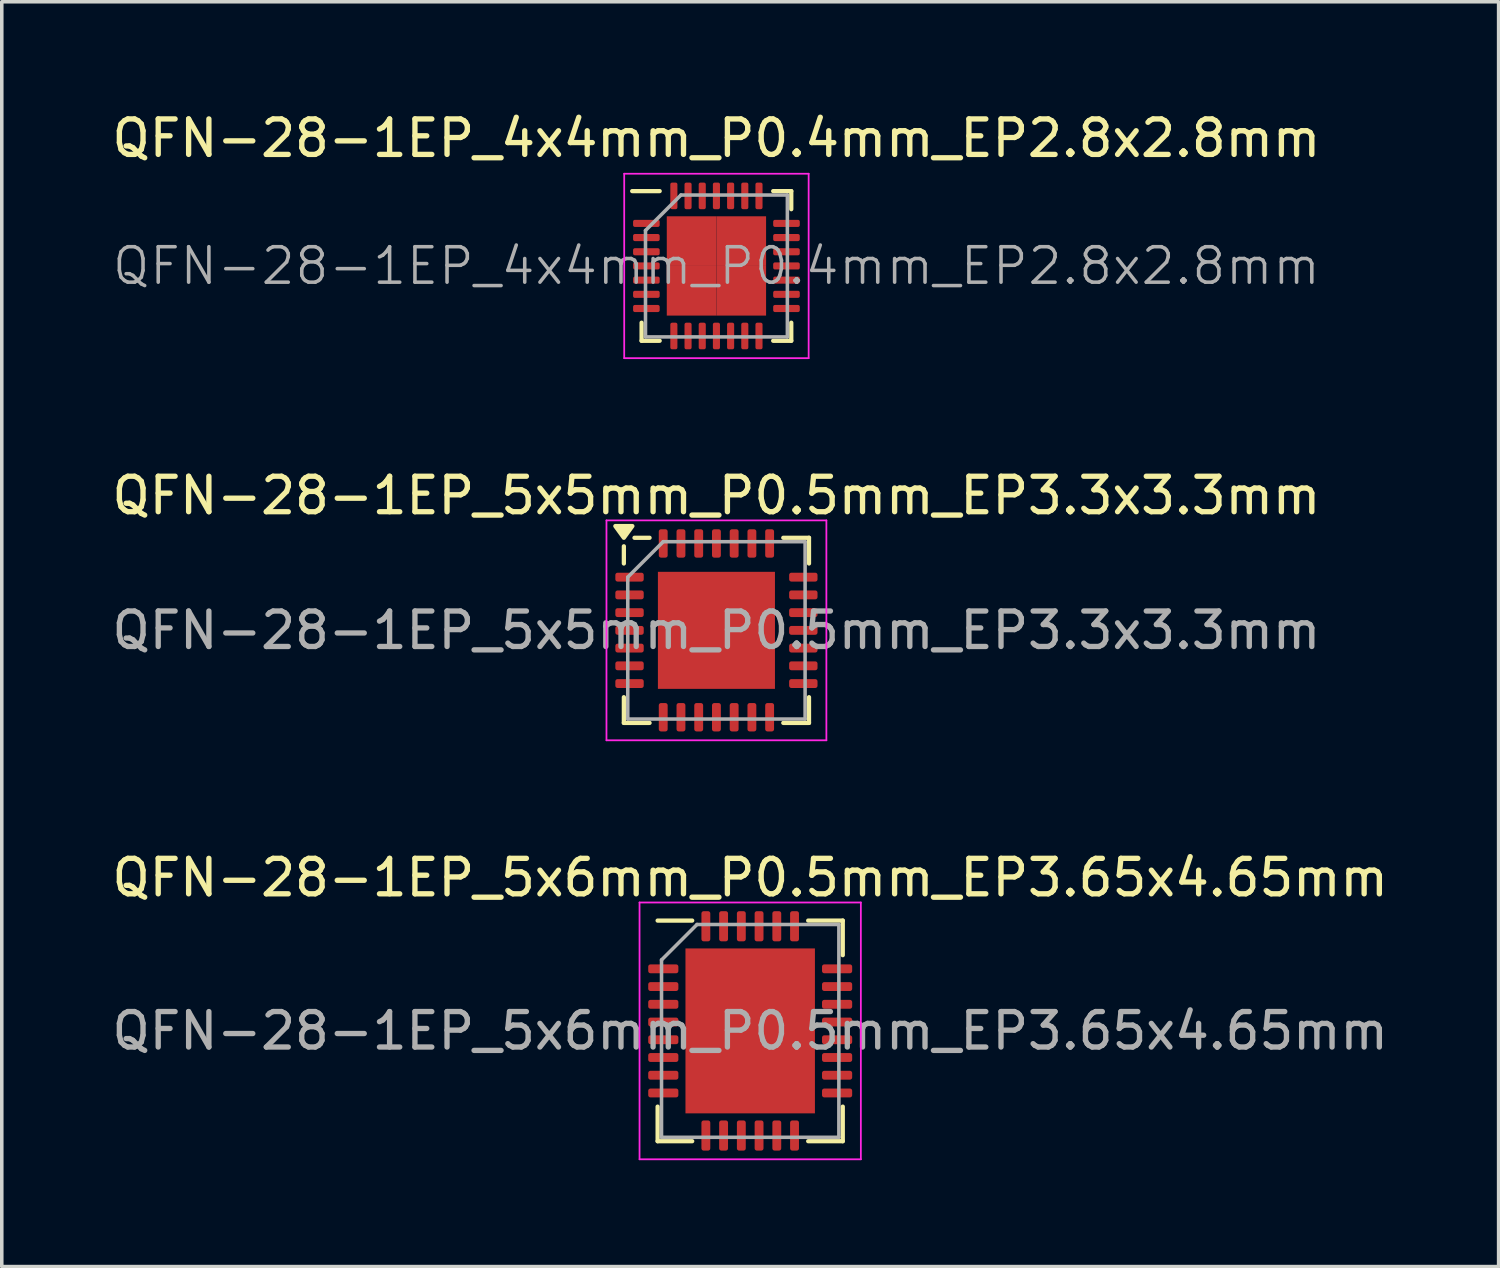
<source format=kicad_pcb>
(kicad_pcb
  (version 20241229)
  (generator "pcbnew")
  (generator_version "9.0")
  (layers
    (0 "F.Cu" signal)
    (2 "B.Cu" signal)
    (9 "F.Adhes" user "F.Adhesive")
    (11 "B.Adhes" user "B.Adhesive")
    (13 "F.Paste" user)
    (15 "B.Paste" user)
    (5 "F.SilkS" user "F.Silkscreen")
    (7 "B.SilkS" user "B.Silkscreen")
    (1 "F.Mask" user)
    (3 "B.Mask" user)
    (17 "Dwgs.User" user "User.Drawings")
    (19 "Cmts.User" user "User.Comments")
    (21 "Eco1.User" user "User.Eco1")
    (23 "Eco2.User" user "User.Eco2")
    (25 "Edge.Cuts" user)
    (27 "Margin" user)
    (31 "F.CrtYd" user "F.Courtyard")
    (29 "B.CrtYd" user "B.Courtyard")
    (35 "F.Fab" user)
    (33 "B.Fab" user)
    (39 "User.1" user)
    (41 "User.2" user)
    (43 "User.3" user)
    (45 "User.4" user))
  (footprint "QFN-28-1EP_5x5mm_P0.5mm_EP3.3x3.3mm"
    (layer "F.Cu")
    (at 17.149 14.722)
    (property "Reference" "QFN-28-1EP_5x5mm_P0.5mm_EP3.3x3.3mm" (at 0 -3.8 0) (layer "F.SilkS") (effects (font (size 1 1) (thickness 0.15))))
    (attr smd)
    (fp_line (start -2.61 -1.885) (end -2.61 -2.37) (stroke (width 0.12) (type solid)) (layer "F.SilkS"))
    (fp_line (start -2.61 2.61) (end -2.61 1.885) (stroke (width 0.12) (type solid)) (layer "F.SilkS"))
    (fp_line (start -1.885 -2.61) (end -2.31 -2.61) (stroke (width 0.12) (type solid)) (layer "F.SilkS"))
    (fp_line (start -1.885 2.61) (end -2.61 2.61) (stroke (width 0.12) (type solid)) (layer "F.SilkS"))
    (fp_line (start 1.885 -2.61) (end 2.61 -2.61) (stroke (width 0.12) (type solid)) (layer "F.SilkS"))
    (fp_line (start 1.885 2.61) (end 2.61 2.61) (stroke (width 0.12) (type solid)) (layer "F.SilkS"))
    (fp_line (start 2.61 -2.61) (end 2.61 -1.885) (stroke (width 0.12) (type solid)) (layer "F.SilkS"))
    (fp_line (start 2.61 2.61) (end 2.61 1.885) (stroke (width 0.12) (type solid)) (layer "F.SilkS"))
    (fp_poly (pts (xy -2.61 -2.61) (xy -2.85 -2.94) (xy -2.37 -2.94) (xy -2.61 -2.61)) (stroke (width 0.12) (type solid)) (fill yes) (layer "F.SilkS"))
    (fp_line (start -3.1 -3.1) (end -3.1 3.1) (stroke (width 0.05) (type solid)) (layer "F.CrtYd"))
    (fp_line (start -3.1 3.1) (end 3.1 3.1) (stroke (width 0.05) (type solid)) (layer "F.CrtYd"))
    (fp_line (start 3.1 -3.1) (end -3.1 -3.1) (stroke (width 0.05) (type solid)) (layer "F.CrtYd"))
    (fp_line (start 3.1 3.1) (end 3.1 -3.1) (stroke (width 0.05) (type solid)) (layer "F.CrtYd"))
    (fp_line (start -2.5 -1.5) (end -1.5 -2.5) (stroke (width 0.1) (type solid)) (layer "F.Fab"))
    (fp_line (start -2.5 2.5) (end -2.5 -1.5) (stroke (width 0.1) (type solid)) (layer "F.Fab"))
    (fp_line (start -1.5 -2.5) (end 2.5 -2.5) (stroke (width 0.1) (type solid)) (layer "F.Fab"))
    (fp_line (start 2.5 -2.5) (end 2.5 2.5) (stroke (width 0.1) (type solid)) (layer "F.Fab"))
    (fp_line (start 2.5 2.5) (end -2.5 2.5) (stroke (width 0.1) (type solid)) (layer "F.Fab"))
    (fp_text user "${REFERENCE}" (at 0 0 0) (layer "F.Fab") (effects (font (size 1 1) (thickness 0.15))))
    (pad "" smd roundrect (at -0.825 -0.825) (size 1.33 1.33) (layers "F.Paste") (roundrect_rratio 0.188))
    (pad "" smd roundrect (at -0.825 0.825) (size 1.33 1.33) (layers "F.Paste") (roundrect_rratio 0.188))
    (pad "" smd roundrect (at 0.825 -0.825) (size 1.33 1.33) (layers "F.Paste") (roundrect_rratio 0.188))
    (pad "" smd roundrect (at 0.825 0.825) (size 1.33 1.33) (layers "F.Paste") (roundrect_rratio 0.188))
    (pad "1" smd roundrect (at -2.45 -1.5) (size 0.8 0.25) (layers "F.Cu" "F.Mask" "F.Paste") (roundrect_rratio 0.25))
    (pad "2" smd roundrect (at -2.45 -1) (size 0.8 0.25) (layers "F.Cu" "F.Mask" "F.Paste") (roundrect_rratio 0.25))
    (pad "3" smd roundrect (at -2.45 -0.5) (size 0.8 0.25) (layers "F.Cu" "F.Mask" "F.Paste") (roundrect_rratio 0.25))
    (pad "4" smd roundrect (at -2.45 0) (size 0.8 0.25) (layers "F.Cu" "F.Mask" "F.Paste") (roundrect_rratio 0.25))
    (pad "5" smd roundrect (at -2.45 0.5) (size 0.8 0.25) (layers "F.Cu" "F.Mask" "F.Paste") (roundrect_rratio 0.25))
    (pad "6" smd roundrect (at -2.45 1) (size 0.8 0.25) (layers "F.Cu" "F.Mask" "F.Paste") (roundrect_rratio 0.25))
    (pad "7" smd roundrect (at -2.45 1.5) (size 0.8 0.25) (layers "F.Cu" "F.Mask" "F.Paste") (roundrect_rratio 0.25))
    (pad "8" smd roundrect (at -1.5 2.45) (size 0.25 0.8) (layers "F.Cu" "F.Mask" "F.Paste") (roundrect_rratio 0.25))
    (pad "9" smd roundrect (at -1 2.45) (size 0.25 0.8) (layers "F.Cu" "F.Mask" "F.Paste") (roundrect_rratio 0.25))
    (pad "10" smd roundrect (at -0.5 2.45) (size 0.25 0.8) (layers "F.Cu" "F.Mask" "F.Paste") (roundrect_rratio 0.25))
    (pad "11" smd roundrect (at 0 2.45) (size 0.25 0.8) (layers "F.Cu" "F.Mask" "F.Paste") (roundrect_rratio 0.25))
    (pad "12" smd roundrect (at 0.5 2.45) (size 0.25 0.8) (layers "F.Cu" "F.Mask" "F.Paste") (roundrect_rratio 0.25))
    (pad "13" smd roundrect (at 1 2.45) (size 0.25 0.8) (layers "F.Cu" "F.Mask" "F.Paste") (roundrect_rratio 0.25))
    (pad "14" smd roundrect (at 1.5 2.45) (size 0.25 0.8) (layers "F.Cu" "F.Mask" "F.Paste") (roundrect_rratio 0.25))
    (pad "15" smd roundrect (at 2.45 1.5) (size 0.8 0.25) (layers "F.Cu" "F.Mask" "F.Paste") (roundrect_rratio 0.25))
    (pad "16" smd roundrect (at 2.45 1) (size 0.8 0.25) (layers "F.Cu" "F.Mask" "F.Paste") (roundrect_rratio 0.25))
    (pad "17" smd roundrect (at 2.45 0.5) (size 0.8 0.25) (layers "F.Cu" "F.Mask" "F.Paste") (roundrect_rratio 0.25))
    (pad "18" smd roundrect (at 2.45 0) (size 0.8 0.25) (layers "F.Cu" "F.Mask" "F.Paste") (roundrect_rratio 0.25))
    (pad "19" smd roundrect (at 2.45 -0.5) (size 0.8 0.25) (layers "F.Cu" "F.Mask" "F.Paste") (roundrect_rratio 0.25))
    (pad "20" smd roundrect (at 2.45 -1) (size 0.8 0.25) (layers "F.Cu" "F.Mask" "F.Paste") (roundrect_rratio 0.25))
    (pad "21" smd roundrect (at 2.45 -1.5) (size 0.8 0.25) (layers "F.Cu" "F.Mask" "F.Paste") (roundrect_rratio 0.25))
    (pad "22" smd roundrect (at 1.5 -2.45) (size 0.25 0.8) (layers "F.Cu" "F.Mask" "F.Paste") (roundrect_rratio 0.25))
    (pad "23" smd roundrect (at 1 -2.45) (size 0.25 0.8) (layers "F.Cu" "F.Mask" "F.Paste") (roundrect_rratio 0.25))
    (pad "24" smd roundrect (at 0.5 -2.45) (size 0.25 0.8) (layers "F.Cu" "F.Mask" "F.Paste") (roundrect_rratio 0.25))
    (pad "25" smd roundrect (at 0 -2.45) (size 0.25 0.8) (layers "F.Cu" "F.Mask" "F.Paste") (roundrect_rratio 0.25))
    (pad "26" smd roundrect (at -0.5 -2.45) (size 0.25 0.8) (layers "F.Cu" "F.Mask" "F.Paste") (roundrect_rratio 0.25))
    (pad "27" smd roundrect (at -1 -2.45) (size 0.25 0.8) (layers "F.Cu" "F.Mask" "F.Paste") (roundrect_rratio 0.25))
    (pad "28" smd roundrect (at -1.5 -2.45) (size 0.25 0.8) (layers "F.Cu" "F.Mask" "F.Paste") (roundrect_rratio 0.25))
    (pad "29" smd rect (at 0 0) (size 3.3 3.3) (property pad_prop_heatsink) (layers "F.Cu" "F.Mask")))
  (footprint "QFN-28-1EP_4x4mm_P0.4mm_EP2.8x2.8mm"
    (layer "F.Cu")
    (at 17.149 4.448)
    (property "Reference" "QFN-28-1EP_4x4mm_P0.4mm_EP2.8x2.8mm" (at 0 -3.6 0) (layer "F.SilkS") (effects (font (size 1 1) (thickness 0.15))))
    (attr smd)
    (fp_line (start -2.11 2.11) (end -2.11 1.6) (stroke (width 0.12) (type default)) (layer "F.SilkS"))
    (fp_line (start -1.6 -2.11) (end -2.375 -2.11) (stroke (width 0.12) (type default)) (layer "F.SilkS"))
    (fp_line (start -1.6 2.11) (end -2.11 2.11) (stroke (width 0.12) (type default)) (layer "F.SilkS"))
    (fp_line (start 1.6 -2.11) (end 2.11 -2.11) (stroke (width 0.12) (type default)) (layer "F.SilkS"))
    (fp_line (start 1.6 2.11) (end 2.11 2.11) (stroke (width 0.12) (type default)) (layer "F.SilkS"))
    (fp_line (start 2.11 -2.11) (end 2.11 -1.6) (stroke (width 0.12) (type default)) (layer "F.SilkS"))
    (fp_line (start 2.11 2.11) (end 2.11 1.6) (stroke (width 0.12) (type default)) (layer "F.SilkS"))
    (fp_line (start -2.6 -2.6) (end 2.6 -2.6) (stroke (width 0.05) (type default)) (layer "F.CrtYd"))
    (fp_line (start -2.6 2.6) (end -2.6 -2.6) (stroke (width 0.05) (type default)) (layer "F.CrtYd"))
    (fp_line (start 2.6 -2.6) (end 2.6 2.6) (stroke (width 0.05) (type default)) (layer "F.CrtYd"))
    (fp_line (start 2.6 2.6) (end -2.6 2.6) (stroke (width 0.05) (type default)) (layer "F.CrtYd"))
    (fp_line (start -2 -1) (end -2 2) (stroke (width 0.1) (type default)) (layer "F.Fab"))
    (fp_line (start -2 2) (end 2 2) (stroke (width 0.1) (type default)) (layer "F.Fab"))
    (fp_line (start -1 -2) (end -2 -1) (stroke (width 0.1) (type default)) (layer "F.Fab"))
    (fp_line (start 2 -2) (end -1 -2) (stroke (width 0.1) (type default)) (layer "F.Fab"))
    (fp_line (start 2 2) (end 2 -2) (stroke (width 0.1) (type default)) (layer "F.Fab"))
    (fp_text user "${REFERENCE}" (at 0 0 0) (layer "F.Fab") (effects (font (size 1 1) (thickness 0.1))))
    (pad "1" smd roundrect (at -1.975 -1.2 90) (size 0.2 0.75) (layers "F.Cu" "F.Mask" "F.Paste") (roundrect_rratio 0.25))
    (pad "2" smd roundrect (at -1.975 -0.8 90) (size 0.2 0.75) (layers "F.Cu" "F.Mask" "F.Paste") (roundrect_rratio 0.25))
    (pad "3" smd roundrect (at -1.975 -0.4 90) (size 0.2 0.75) (layers "F.Cu" "F.Mask" "F.Paste") (roundrect_rratio 0.25))
    (pad "4" smd roundrect (at -1.975 0 90) (size 0.2 0.75) (layers "F.Cu" "F.Mask" "F.Paste") (roundrect_rratio 0.25))
    (pad "5" smd roundrect (at -1.975 0.4 90) (size 0.2 0.75) (layers "F.Cu" "F.Mask" "F.Paste") (roundrect_rratio 0.25))
    (pad "6" smd roundrect (at -1.975 0.8 90) (size 0.2 0.75) (layers "F.Cu" "F.Mask" "F.Paste") (roundrect_rratio 0.25))
    (pad "7" smd roundrect (at -1.975 1.2 90) (size 0.2 0.75) (layers "F.Cu" "F.Mask" "F.Paste") (roundrect_rratio 0.25))
    (pad "8" smd roundrect (at -1.2 1.975) (size 0.2 0.75) (layers "F.Cu" "F.Mask" "F.Paste") (roundrect_rratio 0.25))
    (pad "9" smd roundrect (at -0.8 1.975) (size 0.2 0.75) (layers "F.Cu" "F.Mask" "F.Paste") (roundrect_rratio 0.25))
    (pad "10" smd roundrect (at -0.4 1.975) (size 0.2 0.75) (layers "F.Cu" "F.Mask" "F.Paste") (roundrect_rratio 0.25))
    (pad "11" smd roundrect (at 0 1.975) (size 0.2 0.75) (layers "F.Cu" "F.Mask" "F.Paste") (roundrect_rratio 0.25))
    (pad "12" smd roundrect (at 0.4 1.975) (size 0.2 0.75) (layers "F.Cu" "F.Mask" "F.Paste") (roundrect_rratio 0.25))
    (pad "13" smd roundrect (at 0.8 1.975) (size 0.2 0.75) (layers "F.Cu" "F.Mask" "F.Paste") (roundrect_rratio 0.25))
    (pad "14" smd roundrect (at 1.2 1.975) (size 0.2 0.75) (layers "F.Cu" "F.Mask" "F.Paste") (roundrect_rratio 0.25))
    (pad "15" smd roundrect (at 1.975 1.2 90) (size 0.2 0.75) (layers "F.Cu" "F.Mask" "F.Paste") (roundrect_rratio 0.25))
    (pad "16" smd roundrect (at 1.975 0.8 90) (size 0.2 0.75) (layers "F.Cu" "F.Mask" "F.Paste") (roundrect_rratio 0.25))
    (pad "17" smd roundrect (at 1.975 0.4 90) (size 0.2 0.75) (layers "F.Cu" "F.Mask" "F.Paste") (roundrect_rratio 0.25))
    (pad "18" smd roundrect (at 1.975 0 90) (size 0.2 0.75) (layers "F.Cu" "F.Mask" "F.Paste") (roundrect_rratio 0.25))
    (pad "19" smd roundrect (at 1.975 -0.4 90) (size 0.2 0.75) (layers "F.Cu" "F.Mask" "F.Paste") (roundrect_rratio 0.25))
    (pad "20" smd roundrect (at 1.975 -0.8 90) (size 0.2 0.75) (layers "F.Cu" "F.Mask" "F.Paste") (roundrect_rratio 0.25))
    (pad "21" smd roundrect (at 1.975 -1.2 90) (size 0.2 0.75) (layers "F.Cu" "F.Mask" "F.Paste") (roundrect_rratio 0.25))
    (pad "22" smd roundrect (at 1.2 -1.975) (size 0.2 0.75) (layers "F.Cu" "F.Mask" "F.Paste") (roundrect_rratio 0.25))
    (pad "23" smd roundrect (at 0.8 -1.975) (size 0.2 0.75) (layers "F.Cu" "F.Mask" "F.Paste") (roundrect_rratio 0.25))
    (pad "24" smd roundrect (at 0.4 -1.975) (size 0.2 0.75) (layers "F.Cu" "F.Mask" "F.Paste") (roundrect_rratio 0.25))
    (pad "25" smd roundrect (at 0 -1.975) (size 0.2 0.75) (layers "F.Cu" "F.Mask" "F.Paste") (roundrect_rratio 0.25))
    (pad "26" smd roundrect (at -0.4 -1.975) (size 0.2 0.75) (layers "F.Cu" "F.Mask" "F.Paste") (roundrect_rratio 0.25))
    (pad "27" smd roundrect (at -0.8 -1.975) (size 0.2 0.75) (layers "F.Cu" "F.Mask" "F.Paste") (roundrect_rratio 0.25))
    (pad "28" smd roundrect (at -1.2 -1.975) (size 0.2 0.75) (layers "F.Cu" "F.Mask" "F.Paste") (roundrect_rratio 0.25))
    (pad "29" smd rect (at -0.7 -0.7) (size 1.4 1.4) (layers "F.Cu" "F.Mask" "F.Paste"))
    (pad "29" smd rect (at -0.7 0.7) (size 1.4 1.4) (layers "F.Cu" "F.Mask" "F.Paste"))
    (pad "29" smd rect (at 0.7 -0.7) (size 1.4 1.4) (layers "F.Cu" "F.Mask" "F.Paste"))
    (pad "29" smd rect (at 0.7 0.7) (size 1.4 1.4) (layers "F.Cu" "F.Mask" "F.Paste")))
  (footprint "QFN-28-1EP_5x6mm_P0.5mm_EP3.65x4.65mm"
    (layer "F.Cu")
    (at 18.101 26.015)
    (property "Reference" "QFN-28-1EP_5x6mm_P0.5mm_EP3.65x4.65mm" (at 0 -4.32 0) (layer "F.SilkS") (effects (font (size 1 1) (thickness 0.15))))
    (attr smd)
    (fp_line (start -2.61 3.11) (end -2.61 2.135) (stroke (width 0.12) (type solid)) (layer "F.SilkS"))
    (fp_line (start -1.635 -3.11) (end -2.61 -3.11) (stroke (width 0.12) (type solid)) (layer "F.SilkS"))
    (fp_line (start -1.635 3.11) (end -2.61 3.11) (stroke (width 0.12) (type solid)) (layer "F.SilkS"))
    (fp_line (start 1.635 -3.11) (end 2.61 -3.11) (stroke (width 0.12) (type solid)) (layer "F.SilkS"))
    (fp_line (start 1.635 3.11) (end 2.61 3.11) (stroke (width 0.12) (type solid)) (layer "F.SilkS"))
    (fp_line (start 2.61 -3.11) (end 2.61 -2.135) (stroke (width 0.12) (type solid)) (layer "F.SilkS"))
    (fp_line (start 2.61 3.11) (end 2.61 2.135) (stroke (width 0.12) (type solid)) (layer "F.SilkS"))
    (fp_line (start -3.12 -3.62) (end -3.12 3.62) (stroke (width 0.05) (type solid)) (layer "F.CrtYd"))
    (fp_line (start -3.12 3.62) (end 3.12 3.62) (stroke (width 0.05) (type solid)) (layer "F.CrtYd"))
    (fp_line (start 3.12 -3.62) (end -3.12 -3.62) (stroke (width 0.05) (type solid)) (layer "F.CrtYd"))
    (fp_line (start 3.12 3.62) (end 3.12 -3.62) (stroke (width 0.05) (type solid)) (layer "F.CrtYd"))
    (fp_line (start -2.5 -2) (end -1.5 -3) (stroke (width 0.1) (type solid)) (layer "F.Fab"))
    (fp_line (start -2.5 3) (end -2.5 -2) (stroke (width 0.1) (type solid)) (layer "F.Fab"))
    (fp_line (start -1.5 -3) (end 2.5 -3) (stroke (width 0.1) (type solid)) (layer "F.Fab"))
    (fp_line (start 2.5 -3) (end 2.5 3) (stroke (width 0.1) (type solid)) (layer "F.Fab"))
    (fp_line (start 2.5 3) (end -2.5 3) (stroke (width 0.1) (type solid)) (layer "F.Fab"))
    (fp_text user "${REFERENCE}" (at 0 0 0) (layer "F.Fab") (effects (font (size 1 1) (thickness 0.15))))
    (pad "" smd roundrect (at -1.22 -1.74) (size 0.98 0.94) (layers "F.Paste") (roundrect_rratio 0.25))
    (pad "" smd roundrect (at -1.22 -0.58) (size 0.98 0.94) (layers "F.Paste") (roundrect_rratio 0.25))
    (pad "" smd roundrect (at -1.22 0.58) (size 0.98 0.94) (layers "F.Paste") (roundrect_rratio 0.25))
    (pad "" smd roundrect (at -1.22 1.74) (size 0.98 0.94) (layers "F.Paste") (roundrect_rratio 0.25))
    (pad "" smd roundrect (at 0 -1.74) (size 0.98 0.94) (layers "F.Paste") (roundrect_rratio 0.25))
    (pad "" smd roundrect (at 0 -0.58) (size 0.98 0.94) (layers "F.Paste") (roundrect_rratio 0.25))
    (pad "" smd roundrect (at 0 0.58) (size 0.98 0.94) (layers "F.Paste") (roundrect_rratio 0.25))
    (pad "" smd roundrect (at 0 1.74) (size 0.98 0.94) (layers "F.Paste") (roundrect_rratio 0.25))
    (pad "" smd roundrect (at 1.22 -1.74) (size 0.98 0.94) (layers "F.Paste") (roundrect_rratio 0.25))
    (pad "" smd roundrect (at 1.22 -0.58) (size 0.98 0.94) (layers "F.Paste") (roundrect_rratio 0.25))
    (pad "" smd roundrect (at 1.22 0.58) (size 0.98 0.94) (layers "F.Paste") (roundrect_rratio 0.25))
    (pad "" smd roundrect (at 1.22 1.74) (size 0.98 0.94) (layers "F.Paste") (roundrect_rratio 0.25))
    (pad "1" smd roundrect (at -2.45 -1.75) (size 0.85 0.25) (layers "F.Cu" "F.Mask" "F.Paste") (roundrect_rratio 0.25))
    (pad "2" smd roundrect (at -2.45 -1.25) (size 0.85 0.25) (layers "F.Cu" "F.Mask" "F.Paste") (roundrect_rratio 0.25))
    (pad "3" smd roundrect (at -2.45 -0.75) (size 0.85 0.25) (layers "F.Cu" "F.Mask" "F.Paste") (roundrect_rratio 0.25))
    (pad "4" smd roundrect (at -2.45 -0.25) (size 0.85 0.25) (layers "F.Cu" "F.Mask" "F.Paste") (roundrect_rratio 0.25))
    (pad "5" smd roundrect (at -2.45 0.25) (size 0.85 0.25) (layers "F.Cu" "F.Mask" "F.Paste") (roundrect_rratio 0.25))
    (pad "6" smd roundrect (at -2.45 0.75) (size 0.85 0.25) (layers "F.Cu" "F.Mask" "F.Paste") (roundrect_rratio 0.25))
    (pad "7" smd roundrect (at -2.45 1.25) (size 0.85 0.25) (layers "F.Cu" "F.Mask" "F.Paste") (roundrect_rratio 0.25))
    (pad "8" smd roundrect (at -2.45 1.75) (size 0.85 0.25) (layers "F.Cu" "F.Mask" "F.Paste") (roundrect_rratio 0.25))
    (pad "9" smd roundrect (at -1.25 2.95) (size 0.25 0.85) (layers "F.Cu" "F.Mask" "F.Paste") (roundrect_rratio 0.25))
    (pad "10" smd roundrect (at -0.75 2.95) (size 0.25 0.85) (layers "F.Cu" "F.Mask" "F.Paste") (roundrect_rratio 0.25))
    (pad "11" smd roundrect (at -0.25 2.95) (size 0.25 0.85) (layers "F.Cu" "F.Mask" "F.Paste") (roundrect_rratio 0.25))
    (pad "12" smd roundrect (at 0.25 2.95) (size 0.25 0.85) (layers "F.Cu" "F.Mask" "F.Paste") (roundrect_rratio 0.25))
    (pad "13" smd roundrect (at 0.75 2.95) (size 0.25 0.85) (layers "F.Cu" "F.Mask" "F.Paste") (roundrect_rratio 0.25))
    (pad "14" smd roundrect (at 1.25 2.95) (size 0.25 0.85) (layers "F.Cu" "F.Mask" "F.Paste") (roundrect_rratio 0.25))
    (pad "15" smd roundrect (at 2.45 1.75) (size 0.85 0.25) (layers "F.Cu" "F.Mask" "F.Paste") (roundrect_rratio 0.25))
    (pad "16" smd roundrect (at 2.45 1.25) (size 0.85 0.25) (layers "F.Cu" "F.Mask" "F.Paste") (roundrect_rratio 0.25))
    (pad "17" smd roundrect (at 2.45 0.75) (size 0.85 0.25) (layers "F.Cu" "F.Mask" "F.Paste") (roundrect_rratio 0.25))
    (pad "18" smd roundrect (at 2.45 0.25) (size 0.85 0.25) (layers "F.Cu" "F.Mask" "F.Paste") (roundrect_rratio 0.25))
    (pad "19" smd roundrect (at 2.45 -0.25) (size 0.85 0.25) (layers "F.Cu" "F.Mask" "F.Paste") (roundrect_rratio 0.25))
    (pad "20" smd roundrect (at 2.45 -0.75) (size 0.85 0.25) (layers "F.Cu" "F.Mask" "F.Paste") (roundrect_rratio 0.25))
    (pad "21" smd roundrect (at 2.45 -1.25) (size 0.85 0.25) (layers "F.Cu" "F.Mask" "F.Paste") (roundrect_rratio 0.25))
    (pad "22" smd roundrect (at 2.45 -1.75) (size 0.85 0.25) (layers "F.Cu" "F.Mask" "F.Paste") (roundrect_rratio 0.25))
    (pad "23" smd roundrect (at 1.25 -2.95) (size 0.25 0.85) (layers "F.Cu" "F.Mask" "F.Paste") (roundrect_rratio 0.25))
    (pad "24" smd roundrect (at 0.75 -2.95) (size 0.25 0.85) (layers "F.Cu" "F.Mask" "F.Paste") (roundrect_rratio 0.25))
    (pad "25" smd roundrect (at 0.25 -2.95) (size 0.25 0.85) (layers "F.Cu" "F.Mask" "F.Paste") (roundrect_rratio 0.25))
    (pad "26" smd roundrect (at -0.25 -2.95) (size 0.25 0.85) (layers "F.Cu" "F.Mask" "F.Paste") (roundrect_rratio 0.25))
    (pad "27" smd roundrect (at -0.75 -2.95) (size 0.25 0.85) (layers "F.Cu" "F.Mask" "F.Paste") (roundrect_rratio 0.25))
    (pad "28" smd roundrect (at -1.25 -2.95) (size 0.25 0.85) (layers "F.Cu" "F.Mask" "F.Paste") (roundrect_rratio 0.25))
    (pad "29" smd rect (at 0 0) (size 3.65 4.65) (layers "F.Cu" "F.Mask")))
  (gr_rect
    (start -3 -3)
    (end 39.202 32.66)
    (stroke (width 0.1) (type default))
    (fill no)
    (layer "Edge.Cuts")))
</source>
